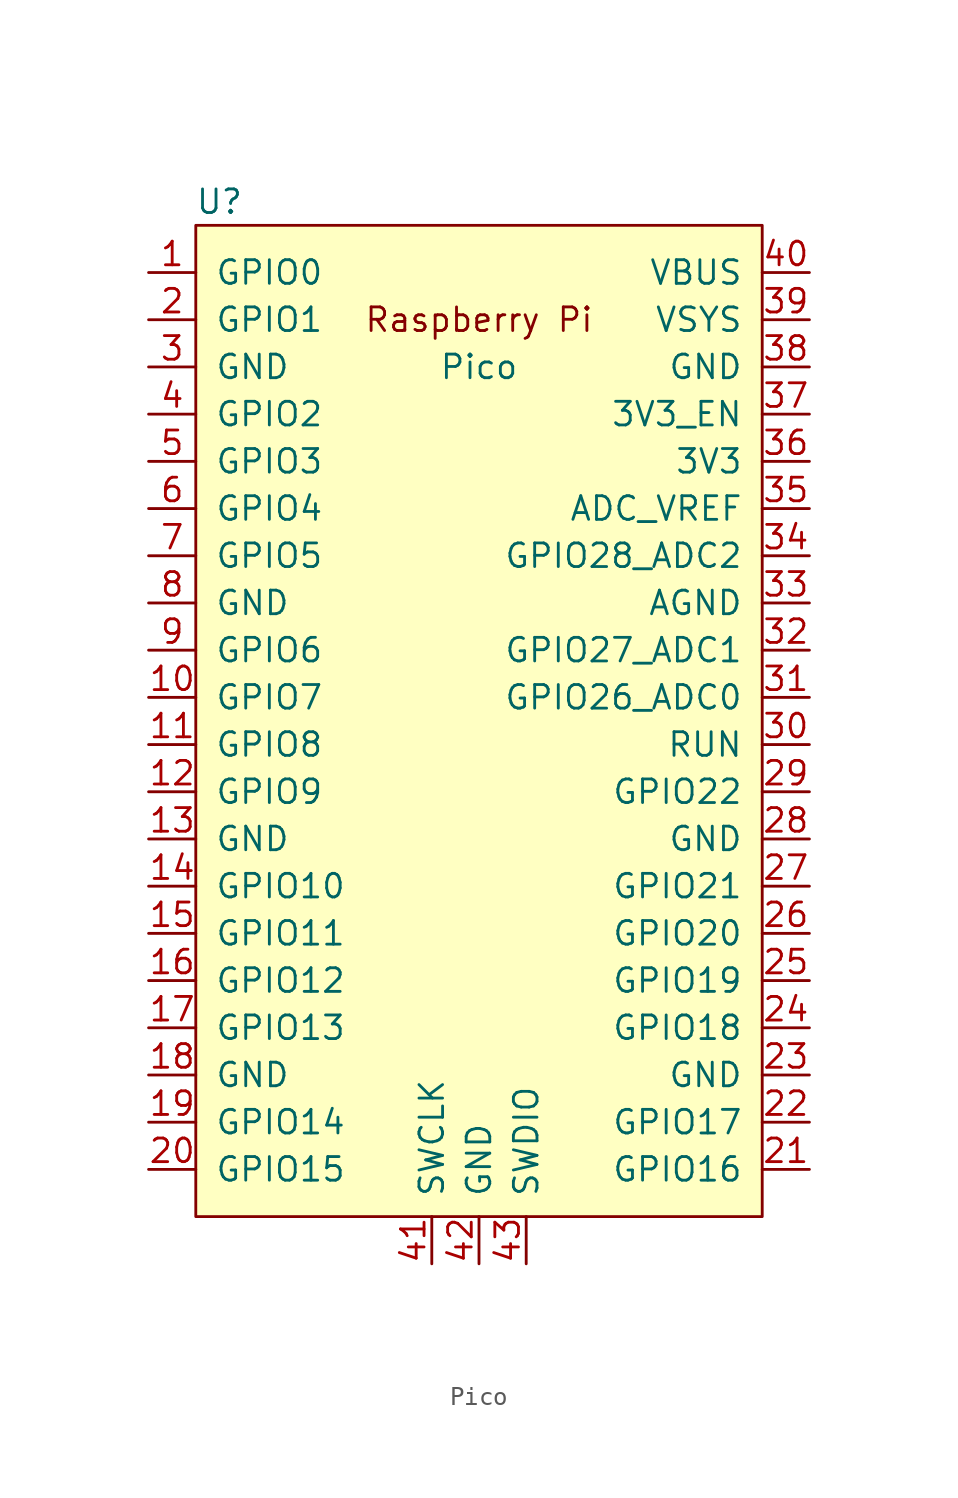
<source format=kicad_sym>
(kicad_symbol_lib
  (version 20231120)
  (generator "kicad_symbol_editor")
  (generator_version "8.0")
  (symbol "Pico"
    (pin_names
      (offset 1.016))
    (property "Reference" "U"
      (at -13.97 27.94 0)
      (effects (font (size 1.27 1.27))))
    (property "Value" "Pico"
      (at 0 19.05 0)
      (effects (font (size 1.27 1.27))))
    (symbol "Pico_0_0"
      (text "Raspberry Pi" (at 0 21.59 0) (effects (font (size 1.27 1.27)))))
    (symbol "Pico_0_1"
      (rectangle (start -15.24 26.67) (end 15.24 -26.67) (stroke (width 0) (type solid)) (fill (type background))))
    (symbol "Pico_1_1"
      (pin bidirectional line (at -17.78 24.13 0) (length 2.54) (name "GPIO0" (effects (font (size 1.27 1.27)))) (number "1" (effects (font (size 1.27 1.27)))))
      (pin bidirectional line (at -17.78 1.27 0) (length 2.54) (name "GPIO7" (effects (font (size 1.27 1.27)))) (number "10" (effects (font (size 1.27 1.27)))))
      (pin bidirectional line (at -17.78 -1.27 0) (length 2.54) (name "GPIO8" (effects (font (size 1.27 1.27)))) (number "11" (effects (font (size 1.27 1.27)))))
      (pin bidirectional line (at -17.78 -3.81 0) (length 2.54) (name "GPIO9" (effects (font (size 1.27 1.27)))) (number "12" (effects (font (size 1.27 1.27)))))
      (pin power_in line (at -17.78 -6.35 0) (length 2.54) (name "GND" (effects (font (size 1.27 1.27)))) (number "13" (effects (font (size 1.27 1.27)))))
      (pin bidirectional line (at -17.78 -8.89 0) (length 2.54) (name "GPIO10" (effects (font (size 1.27 1.27)))) (number "14" (effects (font (size 1.27 1.27)))))
      (pin bidirectional line (at -17.78 -11.43 0) (length 2.54) (name "GPIO11" (effects (font (size 1.27 1.27)))) (number "15" (effects (font (size 1.27 1.27)))))
      (pin bidirectional line (at -17.78 -13.97 0) (length 2.54) (name "GPIO12" (effects (font (size 1.27 1.27)))) (number "16" (effects (font (size 1.27 1.27)))))
      (pin bidirectional line (at -17.78 -16.51 0) (length 2.54) (name "GPIO13" (effects (font (size 1.27 1.27)))) (number "17" (effects (font (size 1.27 1.27)))))
      (pin power_in line (at -17.78 -19.05 0) (length 2.54) (name "GND" (effects (font (size 1.27 1.27)))) (number "18" (effects (font (size 1.27 1.27)))))
      (pin bidirectional line (at -17.78 -21.59 0) (length 2.54) (name "GPIO14" (effects (font (size 1.27 1.27)))) (number "19" (effects (font (size 1.27 1.27)))))
      (pin bidirectional line (at -17.78 21.59 0) (length 2.54) (name "GPIO1" (effects (font (size 1.27 1.27)))) (number "2" (effects (font (size 1.27 1.27)))))
      (pin bidirectional line (at -17.78 -24.13 0) (length 2.54) (name "GPIO15" (effects (font (size 1.27 1.27)))) (number "20" (effects (font (size 1.27 1.27)))))
      (pin bidirectional line (at 17.78 -24.13 180) (length 2.54) (name "GPIO16" (effects (font (size 1.27 1.27)))) (number "21" (effects (font (size 1.27 1.27)))))
      (pin bidirectional line (at 17.78 -21.59 180) (length 2.54) (name "GPIO17" (effects (font (size 1.27 1.27)))) (number "22" (effects (font (size 1.27 1.27)))))
      (pin power_in line (at 17.78 -19.05 180) (length 2.54) (name "GND" (effects (font (size 1.27 1.27)))) (number "23" (effects (font (size 1.27 1.27)))))
      (pin bidirectional line (at 17.78 -16.51 180) (length 2.54) (name "GPIO18" (effects (font (size 1.27 1.27)))) (number "24" (effects (font (size 1.27 1.27)))))
      (pin bidirectional line (at 17.78 -13.97 180) (length 2.54) (name "GPIO19" (effects (font (size 1.27 1.27)))) (number "25" (effects (font (size 1.27 1.27)))))
      (pin bidirectional line (at 17.78 -11.43 180) (length 2.54) (name "GPIO20" (effects (font (size 1.27 1.27)))) (number "26" (effects (font (size 1.27 1.27)))))
      (pin bidirectional line (at 17.78 -8.89 180) (length 2.54) (name "GPIO21" (effects (font (size 1.27 1.27)))) (number "27" (effects (font (size 1.27 1.27)))))
      (pin power_in line (at 17.78 -6.35 180) (length 2.54) (name "GND" (effects (font (size 1.27 1.27)))) (number "28" (effects (font (size 1.27 1.27)))))
      (pin bidirectional line (at 17.78 -3.81 180) (length 2.54) (name "GPIO22" (effects (font (size 1.27 1.27)))) (number "29" (effects (font (size 1.27 1.27)))))
      (pin power_in line (at -17.78 19.05 0) (length 2.54) (name "GND" (effects (font (size 1.27 1.27)))) (number "3" (effects (font (size 1.27 1.27)))))
      (pin input line (at 17.78 -1.27 180) (length 2.54) (name "RUN" (effects (font (size 1.27 1.27)))) (number "30" (effects (font (size 1.27 1.27)))))
      (pin bidirectional line (at 17.78 1.27 180) (length 2.54) (name "GPIO26_ADC0" (effects (font (size 1.27 1.27)))) (number "31" (effects (font (size 1.27 1.27)))))
      (pin bidirectional line (at 17.78 3.81 180) (length 2.54) (name "GPIO27_ADC1" (effects (font (size 1.27 1.27)))) (number "32" (effects (font (size 1.27 1.27)))))
      (pin power_in line (at 17.78 6.35 180) (length 2.54) (name "AGND" (effects (font (size 1.27 1.27)))) (number "33" (effects (font (size 1.27 1.27)))))
      (pin bidirectional line (at 17.78 8.89 180) (length 2.54) (name "GPIO28_ADC2" (effects (font (size 1.27 1.27)))) (number "34" (effects (font (size 1.27 1.27)))))
      (pin unspecified line (at 17.78 11.43 180) (length 2.54) (name "ADC_VREF" (effects (font (size 1.27 1.27)))) (number "35" (effects (font (size 1.27 1.27)))))
      (pin power_out line (at 17.78 13.97 180) (length 2.54) (name "3V3" (effects (font (size 1.27 1.27)))) (number "36" (effects (font (size 1.27 1.27)))))
      (pin input line (at 17.78 16.51 180) (length 2.54) (name "3V3_EN" (effects (font (size 1.27 1.27)))) (number "37" (effects (font (size 1.27 1.27)))))
      (pin bidirectional line (at 17.78 19.05 180) (length 2.54) (name "GND" (effects (font (size 1.27 1.27)))) (number "38" (effects (font (size 1.27 1.27)))))
      (pin unspecified line (at 17.78 21.59 180) (length 2.54) (name "VSYS" (effects (font (size 1.27 1.27)))) (number "39" (effects (font (size 1.27 1.27)))))
      (pin bidirectional line (at -17.78 16.51 0) (length 2.54) (name "GPIO2" (effects (font (size 1.27 1.27)))) (number "4" (effects (font (size 1.27 1.27)))))
      (pin unspecified line (at 17.78 24.13 180) (length 2.54) (name "VBUS" (effects (font (size 1.27 1.27)))) (number "40" (effects (font (size 1.27 1.27)))))
      (pin input line (at -2.54 -29.21 90) (length 2.54) (name "SWCLK" (effects (font (size 1.27 1.27)))) (number "41" (effects (font (size 1.27 1.27)))))
      (pin power_in line (at 0 -29.21 90) (length 2.54) (name "GND" (effects (font (size 1.27 1.27)))) (number "42" (effects (font (size 1.27 1.27)))))
      (pin bidirectional line (at 2.54 -29.21 90) (length 2.54) (name "SWDIO" (effects (font (size 1.27 1.27)))) (number "43" (effects (font (size 1.27 1.27)))))
      (pin bidirectional line (at -17.78 13.97 0) (length 2.54) (name "GPIO3" (effects (font (size 1.27 1.27)))) (number "5" (effects (font (size 1.27 1.27)))))
      (pin bidirectional line (at -17.78 11.43 0) (length 2.54) (name "GPIO4" (effects (font (size 1.27 1.27)))) (number "6" (effects (font (size 1.27 1.27)))))
      (pin bidirectional line (at -17.78 8.89 0) (length 2.54) (name "GPIO5" (effects (font (size 1.27 1.27)))) (number "7" (effects (font (size 1.27 1.27)))))
      (pin power_in line (at -17.78 6.35 0) (length 2.54) (name "GND" (effects (font (size 1.27 1.27)))) (number "8" (effects (font (size 1.27 1.27)))))
      (pin bidirectional line (at -17.78 3.81 0) (length 2.54) (name "GPIO6" (effects (font (size 1.27 1.27)))) (number "9" (effects (font (size 1.27 1.27))))))))
</source>
